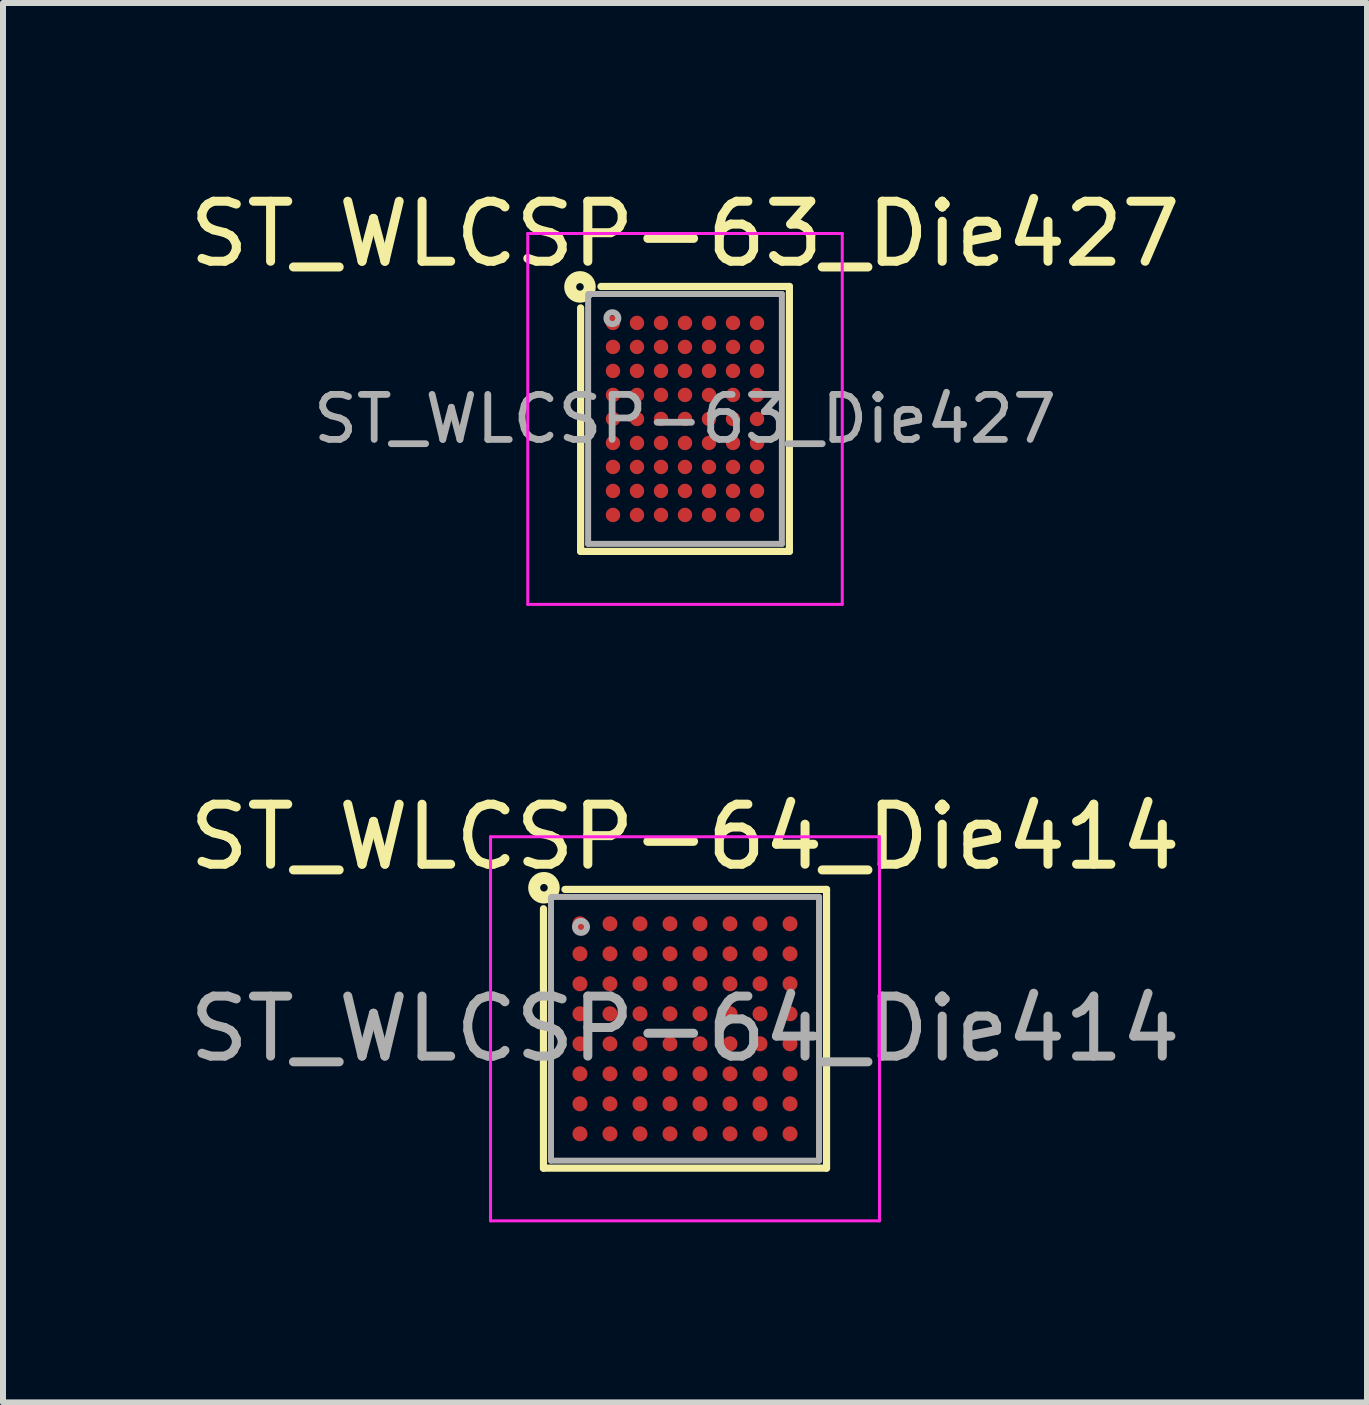
<source format=kicad_pcb>
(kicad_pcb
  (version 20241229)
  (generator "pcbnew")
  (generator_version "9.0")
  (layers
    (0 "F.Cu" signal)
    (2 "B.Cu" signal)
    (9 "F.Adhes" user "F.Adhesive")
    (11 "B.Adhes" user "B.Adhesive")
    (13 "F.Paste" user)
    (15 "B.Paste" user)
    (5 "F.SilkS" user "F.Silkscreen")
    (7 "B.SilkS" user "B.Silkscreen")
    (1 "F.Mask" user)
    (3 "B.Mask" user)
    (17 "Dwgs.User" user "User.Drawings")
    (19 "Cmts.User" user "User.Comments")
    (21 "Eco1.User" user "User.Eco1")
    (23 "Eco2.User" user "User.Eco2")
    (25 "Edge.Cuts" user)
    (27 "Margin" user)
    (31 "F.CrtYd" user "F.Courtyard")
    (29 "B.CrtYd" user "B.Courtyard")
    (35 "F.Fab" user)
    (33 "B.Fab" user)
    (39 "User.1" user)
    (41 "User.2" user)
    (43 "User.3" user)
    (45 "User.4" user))
  (footprint "ST_WLCSP-64_Die414"
    (layer "F.Cu")
    (at 8.363 14.091)
    (property "Reference" "ST_WLCSP-64_Die414" (at 0 -3.197 0) (layer "F.SilkS") (effects (font (size 1 1) (thickness 0.15))))
    (attr smd)
    (fp_line (start -2.358 2.322) (end -2.358 -2) (stroke (width 0.12) (type solid)) (layer "F.SilkS"))
    (fp_line (start -2 -2.322) (end 2.358 -2.322) (stroke (width 0.12) (type solid)) (layer "F.SilkS"))
    (fp_line (start 2.358 -2.322) (end 2.358 2.322) (stroke (width 0.12) (type solid)) (layer "F.SilkS"))
    (fp_line (start 2.358 2.322) (end -2.358 2.322) (stroke (width 0.12) (type solid)) (layer "F.SilkS"))
    (fp_circle (center -2.35 -2.35) (end -2.287 -2.35) (stroke (width 0.2) (type solid)) (fill no) (layer "F.SilkS"))
    (fp_line (start -3.24 -3.2) (end -3.24 3.2) (stroke (width 0.05) (type solid)) (layer "F.CrtYd"))
    (fp_line (start -3.24 3.2) (end 3.24 3.2) (stroke (width 0.05) (type solid)) (layer "F.CrtYd"))
    (fp_line (start 3.24 -3.2) (end -3.24 -3.2) (stroke (width 0.05) (type solid)) (layer "F.CrtYd"))
    (fp_line (start 3.24 3.2) (end 3.24 -3.2) (stroke (width 0.05) (type solid)) (layer "F.CrtYd"))
    (fp_line (start -2.233 2.197) (end -2.233 -2.19) (stroke (width 0.1) (type solid)) (layer "F.Fab"))
    (fp_line (start -2.22 -2.197) (end 2.233 -2.197) (stroke (width 0.1) (type solid)) (layer "F.Fab"))
    (fp_line (start 2.233 -2.197) (end 2.233 2.197) (stroke (width 0.1) (type solid)) (layer "F.Fab"))
    (fp_line (start 2.233 2.197) (end -2.233 2.197) (stroke (width 0.1) (type solid)) (layer "F.Fab"))
    (fp_circle (center -1.733 -1.698) (end -1.633 -1.698) (stroke (width 0.1) (type solid)) (fill no) (layer "F.Fab"))
    (fp_text user "${REFERENCE}" (at 0 0 0) (layer "F.Fab") (effects (font (size 1 1) (thickness 0.15))))
    (pad "A1" smd circle (at -1.75 -1.75) (size 0.25 0.25) (layers "F.Cu" "F.Mask" "F.Paste"))
    (pad "A2" smd circle (at -1.25 -1.75) (size 0.25 0.25) (layers "F.Cu" "F.Mask" "F.Paste"))
    (pad "A3" smd circle (at -0.75 -1.75) (size 0.25 0.25) (layers "F.Cu" "F.Mask" "F.Paste"))
    (pad "A4" smd circle (at -0.25 -1.75) (size 0.25 0.25) (layers "F.Cu" "F.Mask" "F.Paste"))
    (pad "A5" smd circle (at 0.25 -1.75) (size 0.25 0.25) (layers "F.Cu" "F.Mask" "F.Paste"))
    (pad "A6" smd circle (at 0.75 -1.75) (size 0.25 0.25) (layers "F.Cu" "F.Mask" "F.Paste"))
    (pad "A7" smd circle (at 1.25 -1.75) (size 0.25 0.25) (layers "F.Cu" "F.Mask" "F.Paste"))
    (pad "A8" smd circle (at 1.75 -1.75) (size 0.25 0.25) (layers "F.Cu" "F.Mask" "F.Paste"))
    (pad "B1" smd circle (at -1.75 -1.25) (size 0.25 0.25) (layers "F.Cu" "F.Mask" "F.Paste"))
    (pad "B2" smd circle (at -1.25 -1.25) (size 0.25 0.25) (layers "F.Cu" "F.Mask" "F.Paste"))
    (pad "B3" smd circle (at -0.75 -1.25) (size 0.25 0.25) (layers "F.Cu" "F.Mask" "F.Paste"))
    (pad "B4" smd circle (at -0.25 -1.25) (size 0.25 0.25) (layers "F.Cu" "F.Mask" "F.Paste"))
    (pad "B5" smd circle (at 0.25 -1.25) (size 0.25 0.25) (layers "F.Cu" "F.Mask" "F.Paste"))
    (pad "B6" smd circle (at 0.75 -1.25) (size 0.25 0.25) (layers "F.Cu" "F.Mask" "F.Paste"))
    (pad "B7" smd circle (at 1.25 -1.25) (size 0.25 0.25) (layers "F.Cu" "F.Mask" "F.Paste"))
    (pad "B8" smd circle (at 1.75 -1.25) (size 0.25 0.25) (layers "F.Cu" "F.Mask" "F.Paste"))
    (pad "C1" smd circle (at -1.75 -0.75) (size 0.25 0.25) (layers "F.Cu" "F.Mask" "F.Paste"))
    (pad "C2" smd circle (at -1.25 -0.75) (size 0.25 0.25) (layers "F.Cu" "F.Mask" "F.Paste"))
    (pad "C3" smd circle (at -0.75 -0.75) (size 0.25 0.25) (layers "F.Cu" "F.Mask" "F.Paste"))
    (pad "C4" smd circle (at -0.25 -0.75) (size 0.25 0.25) (layers "F.Cu" "F.Mask" "F.Paste"))
    (pad "C5" smd circle (at 0.25 -0.75) (size 0.25 0.25) (layers "F.Cu" "F.Mask" "F.Paste"))
    (pad "C6" smd circle (at 0.75 -0.75) (size 0.25 0.25) (layers "F.Cu" "F.Mask" "F.Paste"))
    (pad "C7" smd circle (at 1.25 -0.75) (size 0.25 0.25) (layers "F.Cu" "F.Mask" "F.Paste"))
    (pad "C8" smd circle (at 1.75 -0.75) (size 0.25 0.25) (layers "F.Cu" "F.Mask" "F.Paste"))
    (pad "D1" smd circle (at -1.75 -0.25) (size 0.25 0.25) (layers "F.Cu" "F.Mask" "F.Paste"))
    (pad "D2" smd circle (at -1.25 -0.25) (size 0.25 0.25) (layers "F.Cu" "F.Mask" "F.Paste"))
    (pad "D3" smd circle (at -0.75 -0.25) (size 0.25 0.25) (layers "F.Cu" "F.Mask" "F.Paste"))
    (pad "D4" smd circle (at -0.25 -0.25) (size 0.25 0.25) (layers "F.Cu" "F.Mask" "F.Paste"))
    (pad "D5" smd circle (at 0.25 -0.25) (size 0.25 0.25) (layers "F.Cu" "F.Mask" "F.Paste"))
    (pad "D6" smd circle (at 0.75 -0.25) (size 0.25 0.25) (layers "F.Cu" "F.Mask" "F.Paste"))
    (pad "D7" smd circle (at 1.25 -0.25) (size 0.25 0.25) (layers "F.Cu" "F.Mask" "F.Paste"))
    (pad "D8" smd circle (at 1.75 -0.25) (size 0.25 0.25) (layers "F.Cu" "F.Mask" "F.Paste"))
    (pad "E1" smd circle (at -1.75 0.25) (size 0.25 0.25) (layers "F.Cu" "F.Mask" "F.Paste"))
    (pad "E2" smd circle (at -1.25 0.25) (size 0.25 0.25) (layers "F.Cu" "F.Mask" "F.Paste"))
    (pad "E3" smd circle (at -0.75 0.25) (size 0.25 0.25) (layers "F.Cu" "F.Mask" "F.Paste"))
    (pad "E4" smd circle (at -0.25 0.25) (size 0.25 0.25) (layers "F.Cu" "F.Mask" "F.Paste"))
    (pad "E5" smd circle (at 0.25 0.25) (size 0.25 0.25) (layers "F.Cu" "F.Mask" "F.Paste"))
    (pad "E6" smd circle (at 0.75 0.25) (size 0.25 0.25) (layers "F.Cu" "F.Mask" "F.Paste"))
    (pad "E7" smd circle (at 1.25 0.25) (size 0.25 0.25) (layers "F.Cu" "F.Mask" "F.Paste"))
    (pad "E8" smd circle (at 1.75 0.25) (size 0.25 0.25) (layers "F.Cu" "F.Mask" "F.Paste"))
    (pad "F1" smd circle (at -1.75 0.75) (size 0.25 0.25) (layers "F.Cu" "F.Mask" "F.Paste"))
    (pad "F2" smd circle (at -1.25 0.75) (size 0.25 0.25) (layers "F.Cu" "F.Mask" "F.Paste"))
    (pad "F3" smd circle (at -0.75 0.75) (size 0.25 0.25) (layers "F.Cu" "F.Mask" "F.Paste"))
    (pad "F4" smd circle (at -0.25 0.75) (size 0.25 0.25) (layers "F.Cu" "F.Mask" "F.Paste"))
    (pad "F5" smd circle (at 0.25 0.75) (size 0.25 0.25) (layers "F.Cu" "F.Mask" "F.Paste"))
    (pad "F6" smd circle (at 0.75 0.75) (size 0.25 0.25) (layers "F.Cu" "F.Mask" "F.Paste"))
    (pad "F7" smd circle (at 1.25 0.75) (size 0.25 0.25) (layers "F.Cu" "F.Mask" "F.Paste"))
    (pad "F8" smd circle (at 1.75 0.75) (size 0.25 0.25) (layers "F.Cu" "F.Mask" "F.Paste"))
    (pad "G1" smd circle (at -1.75 1.25) (size 0.25 0.25) (layers "F.Cu" "F.Mask" "F.Paste"))
    (pad "G2" smd circle (at -1.25 1.25) (size 0.25 0.25) (layers "F.Cu" "F.Mask" "F.Paste"))
    (pad "G3" smd circle (at -0.75 1.25) (size 0.25 0.25) (layers "F.Cu" "F.Mask" "F.Paste"))
    (pad "G4" smd circle (at -0.25 1.25) (size 0.25 0.25) (layers "F.Cu" "F.Mask" "F.Paste"))
    (pad "G5" smd circle (at 0.25 1.25) (size 0.25 0.25) (layers "F.Cu" "F.Mask" "F.Paste"))
    (pad "G6" smd circle (at 0.75 1.25) (size 0.25 0.25) (layers "F.Cu" "F.Mask" "F.Paste"))
    (pad "G7" smd circle (at 1.25 1.25) (size 0.25 0.25) (layers "F.Cu" "F.Mask" "F.Paste"))
    (pad "G8" smd circle (at 1.75 1.25) (size 0.25 0.25) (layers "F.Cu" "F.Mask" "F.Paste"))
    (pad "H1" smd circle (at -1.75 1.75) (size 0.25 0.25) (layers "F.Cu" "F.Mask" "F.Paste"))
    (pad "H2" smd circle (at -1.25 1.75) (size 0.25 0.25) (layers "F.Cu" "F.Mask" "F.Paste"))
    (pad "H3" smd circle (at -0.75 1.75) (size 0.25 0.25) (layers "F.Cu" "F.Mask" "F.Paste"))
    (pad "H4" smd circle (at -0.25 1.75) (size 0.25 0.25) (layers "F.Cu" "F.Mask" "F.Paste"))
    (pad "H5" smd circle (at 0.25 1.75) (size 0.25 0.25) (layers "F.Cu" "F.Mask" "F.Paste"))
    (pad "H6" smd circle (at 0.75 1.75) (size 0.25 0.25) (layers "F.Cu" "F.Mask" "F.Paste"))
    (pad "H7" smd circle (at 1.25 1.75) (size 0.25 0.25) (layers "F.Cu" "F.Mask" "F.Paste"))
    (pad "H8" smd circle (at 1.75 1.75) (size 0.25 0.25) (layers "F.Cu" "F.Mask" "F.Paste")))
  (footprint "ST_WLCSP-63_Die427"
    (layer "F.Cu")
    (at 8.363 3.93)
    (property "Reference" "ST_WLCSP-63_Die427" (at 0 -3.082 0) (layer "F.SilkS") (effects (font (size 1 1) (thickness 0.15))))
    (attr smd)
    (fp_line (start -1.739 2.207) (end -1.739 -1.85) (stroke (width 0.12) (type solid)) (layer "F.SilkS"))
    (fp_line (start -1.4 -2.207) (end 1.739 -2.207) (stroke (width 0.12) (type solid)) (layer "F.SilkS"))
    (fp_line (start 1.739 -2.207) (end 1.739 2.207) (stroke (width 0.12) (type solid)) (layer "F.SilkS"))
    (fp_line (start 1.739 2.207) (end -1.739 2.207) (stroke (width 0.12) (type solid)) (layer "F.SilkS"))
    (fp_circle (center -1.75 -2.2) (end -1.687 -2.2) (stroke (width 0.2) (type solid)) (fill no) (layer "F.SilkS"))
    (fp_line (start -2.62 -3.09) (end -2.62 3.09) (stroke (width 0.05) (type solid)) (layer "F.CrtYd"))
    (fp_line (start -2.62 3.09) (end 2.62 3.09) (stroke (width 0.05) (type solid)) (layer "F.CrtYd"))
    (fp_line (start 2.62 -3.09) (end -2.62 -3.09) (stroke (width 0.05) (type solid)) (layer "F.CrtYd"))
    (fp_line (start 2.62 3.09) (end 2.62 -3.09) (stroke (width 0.05) (type solid)) (layer "F.CrtYd"))
    (fp_line (start -1.614 2.082) (end -1.614 -2.07) (stroke (width 0.1) (type solid)) (layer "F.Fab"))
    (fp_line (start -1.61 -2.082) (end 1.614 -2.082) (stroke (width 0.1) (type solid)) (layer "F.Fab"))
    (fp_line (start 1.614 -2.082) (end 1.614 2.082) (stroke (width 0.1) (type solid)) (layer "F.Fab"))
    (fp_line (start 1.614 2.082) (end -1.614 2.082) (stroke (width 0.1) (type solid)) (layer "F.Fab"))
    (fp_circle (center -1.21 -1.679) (end -1.111 -1.679) (stroke (width 0.1) (type solid)) (fill no) (layer "F.Fab"))
    (fp_text user "${REFERENCE}" (at 0 0 0) (layer "F.Fab") (effects (font (size 0.75 0.75) (thickness 0.113))))
    (pad "A1" smd circle (at -1.2 -1.6) (size 0.24 0.24) (layers "F.Cu" "F.Mask" "F.Paste"))
    (pad "A2" smd circle (at -0.8 -1.6) (size 0.24 0.24) (layers "F.Cu" "F.Mask" "F.Paste"))
    (pad "A3" smd circle (at -0.4 -1.6) (size 0.24 0.24) (layers "F.Cu" "F.Mask" "F.Paste"))
    (pad "A4" smd circle (at 0 -1.6) (size 0.24 0.24) (layers "F.Cu" "F.Mask" "F.Paste"))
    (pad "A5" smd circle (at 0.4 -1.6) (size 0.24 0.24) (layers "F.Cu" "F.Mask" "F.Paste"))
    (pad "A6" smd circle (at 0.8 -1.6) (size 0.24 0.24) (layers "F.Cu" "F.Mask" "F.Paste"))
    (pad "A7" smd circle (at 1.2 -1.6) (size 0.24 0.24) (layers "F.Cu" "F.Mask" "F.Paste"))
    (pad "B1" smd circle (at -1.2 -1.2) (size 0.24 0.24) (layers "F.Cu" "F.Mask" "F.Paste"))
    (pad "B2" smd circle (at -0.8 -1.2) (size 0.24 0.24) (layers "F.Cu" "F.Mask" "F.Paste"))
    (pad "B3" smd circle (at -0.4 -1.2) (size 0.24 0.24) (layers "F.Cu" "F.Mask" "F.Paste"))
    (pad "B4" smd circle (at 0 -1.2) (size 0.24 0.24) (layers "F.Cu" "F.Mask" "F.Paste"))
    (pad "B5" smd circle (at 0.4 -1.2) (size 0.24 0.24) (layers "F.Cu" "F.Mask" "F.Paste"))
    (pad "B6" smd circle (at 0.8 -1.2) (size 0.24 0.24) (layers "F.Cu" "F.Mask" "F.Paste"))
    (pad "B7" smd circle (at 1.2 -1.2) (size 0.24 0.24) (layers "F.Cu" "F.Mask" "F.Paste"))
    (pad "C1" smd circle (at -1.2 -0.8) (size 0.24 0.24) (layers "F.Cu" "F.Mask" "F.Paste"))
    (pad "C2" smd circle (at -0.8 -0.8) (size 0.24 0.24) (layers "F.Cu" "F.Mask" "F.Paste"))
    (pad "C3" smd circle (at -0.4 -0.8) (size 0.24 0.24) (layers "F.Cu" "F.Mask" "F.Paste"))
    (pad "C4" smd circle (at 0 -0.8) (size 0.24 0.24) (layers "F.Cu" "F.Mask" "F.Paste"))
    (pad "C5" smd circle (at 0.4 -0.8) (size 0.24 0.24) (layers "F.Cu" "F.Mask" "F.Paste"))
    (pad "C6" smd circle (at 0.8 -0.8) (size 0.24 0.24) (layers "F.Cu" "F.Mask" "F.Paste"))
    (pad "C7" smd circle (at 1.2 -0.8) (size 0.24 0.24) (layers "F.Cu" "F.Mask" "F.Paste"))
    (pad "D1" smd circle (at -1.2 -0.4) (size 0.24 0.24) (layers "F.Cu" "F.Mask" "F.Paste"))
    (pad "D2" smd circle (at -0.8 -0.4) (size 0.24 0.24) (layers "F.Cu" "F.Mask" "F.Paste"))
    (pad "D3" smd circle (at -0.4 -0.4) (size 0.24 0.24) (layers "F.Cu" "F.Mask" "F.Paste"))
    (pad "D4" smd circle (at 0 -0.4) (size 0.24 0.24) (layers "F.Cu" "F.Mask" "F.Paste"))
    (pad "D5" smd circle (at 0.4 -0.4) (size 0.24 0.24) (layers "F.Cu" "F.Mask" "F.Paste"))
    (pad "D6" smd circle (at 0.8 -0.4) (size 0.24 0.24) (layers "F.Cu" "F.Mask" "F.Paste"))
    (pad "D7" smd circle (at 1.2 -0.4) (size 0.24 0.24) (layers "F.Cu" "F.Mask" "F.Paste"))
    (pad "E1" smd circle (at -1.2 0) (size 0.24 0.24) (layers "F.Cu" "F.Mask" "F.Paste"))
    (pad "E2" smd circle (at -0.8 0) (size 0.24 0.24) (layers "F.Cu" "F.Mask" "F.Paste"))
    (pad "E3" smd circle (at -0.4 0) (size 0.24 0.24) (layers "F.Cu" "F.Mask" "F.Paste"))
    (pad "E4" smd circle (at 0 0) (size 0.24 0.24) (layers "F.Cu" "F.Mask" "F.Paste"))
    (pad "E5" smd circle (at 0.4 0) (size 0.24 0.24) (layers "F.Cu" "F.Mask" "F.Paste"))
    (pad "E6" smd circle (at 0.8 0) (size 0.24 0.24) (layers "F.Cu" "F.Mask" "F.Paste"))
    (pad "E7" smd circle (at 1.2 0) (size 0.24 0.24) (layers "F.Cu" "F.Mask" "F.Paste"))
    (pad "F1" smd circle (at -1.2 0.4) (size 0.24 0.24) (layers "F.Cu" "F.Mask" "F.Paste"))
    (pad "F2" smd circle (at -0.8 0.4) (size 0.24 0.24) (layers "F.Cu" "F.Mask" "F.Paste"))
    (pad "F3" smd circle (at -0.4 0.4) (size 0.24 0.24) (layers "F.Cu" "F.Mask" "F.Paste"))
    (pad "F4" smd circle (at 0 0.4) (size 0.24 0.24) (layers "F.Cu" "F.Mask" "F.Paste"))
    (pad "F5" smd circle (at 0.4 0.4) (size 0.24 0.24) (layers "F.Cu" "F.Mask" "F.Paste"))
    (pad "F6" smd circle (at 0.8 0.4) (size 0.24 0.24) (layers "F.Cu" "F.Mask" "F.Paste"))
    (pad "F7" smd circle (at 1.2 0.4) (size 0.24 0.24) (layers "F.Cu" "F.Mask" "F.Paste"))
    (pad "G1" smd circle (at -1.2 0.8) (size 0.24 0.24) (layers "F.Cu" "F.Mask" "F.Paste"))
    (pad "G2" smd circle (at -0.8 0.8) (size 0.24 0.24) (layers "F.Cu" "F.Mask" "F.Paste"))
    (pad "G3" smd circle (at -0.4 0.8) (size 0.24 0.24) (layers "F.Cu" "F.Mask" "F.Paste"))
    (pad "G4" smd circle (at 0 0.8) (size 0.24 0.24) (layers "F.Cu" "F.Mask" "F.Paste"))
    (pad "G5" smd circle (at 0.4 0.8) (size 0.24 0.24) (layers "F.Cu" "F.Mask" "F.Paste"))
    (pad "G6" smd circle (at 0.8 0.8) (size 0.24 0.24) (layers "F.Cu" "F.Mask" "F.Paste"))
    (pad "G7" smd circle (at 1.2 0.8) (size 0.24 0.24) (layers "F.Cu" "F.Mask" "F.Paste"))
    (pad "H1" smd circle (at -1.2 1.2) (size 0.24 0.24) (layers "F.Cu" "F.Mask" "F.Paste"))
    (pad "H2" smd circle (at -0.8 1.2) (size 0.24 0.24) (layers "F.Cu" "F.Mask" "F.Paste"))
    (pad "H3" smd circle (at -0.4 1.2) (size 0.24 0.24) (layers "F.Cu" "F.Mask" "F.Paste"))
    (pad "H4" smd circle (at 0 1.2) (size 0.24 0.24) (layers "F.Cu" "F.Mask" "F.Paste"))
    (pad "H5" smd circle (at 0.4 1.2) (size 0.24 0.24) (layers "F.Cu" "F.Mask" "F.Paste"))
    (pad "H6" smd circle (at 0.8 1.2) (size 0.24 0.24) (layers "F.Cu" "F.Mask" "F.Paste"))
    (pad "H7" smd circle (at 1.2 1.2) (size 0.24 0.24) (layers "F.Cu" "F.Mask" "F.Paste"))
    (pad "J1" smd circle (at -1.2 1.6) (size 0.24 0.24) (layers "F.Cu" "F.Mask" "F.Paste"))
    (pad "J2" smd circle (at -0.8 1.6) (size 0.24 0.24) (layers "F.Cu" "F.Mask" "F.Paste"))
    (pad "J3" smd circle (at -0.4 1.6) (size 0.24 0.24) (layers "F.Cu" "F.Mask" "F.Paste"))
    (pad "J4" smd circle (at 0 1.6) (size 0.24 0.24) (layers "F.Cu" "F.Mask" "F.Paste"))
    (pad "J5" smd circle (at 0.4 1.6) (size 0.24 0.24) (layers "F.Cu" "F.Mask" "F.Paste"))
    (pad "J6" smd circle (at 0.8 1.6) (size 0.24 0.24) (layers "F.Cu" "F.Mask" "F.Paste"))
    (pad "J7" smd circle (at 1.2 1.6) (size 0.24 0.24) (layers "F.Cu" "F.Mask" "F.Paste")))
  (gr_rect
    (start -3 -3)
    (end 19.726 20.316)
    (stroke (width 0.1) (type default))
    (fill no)
    (layer "Edge.Cuts")))
</source>
